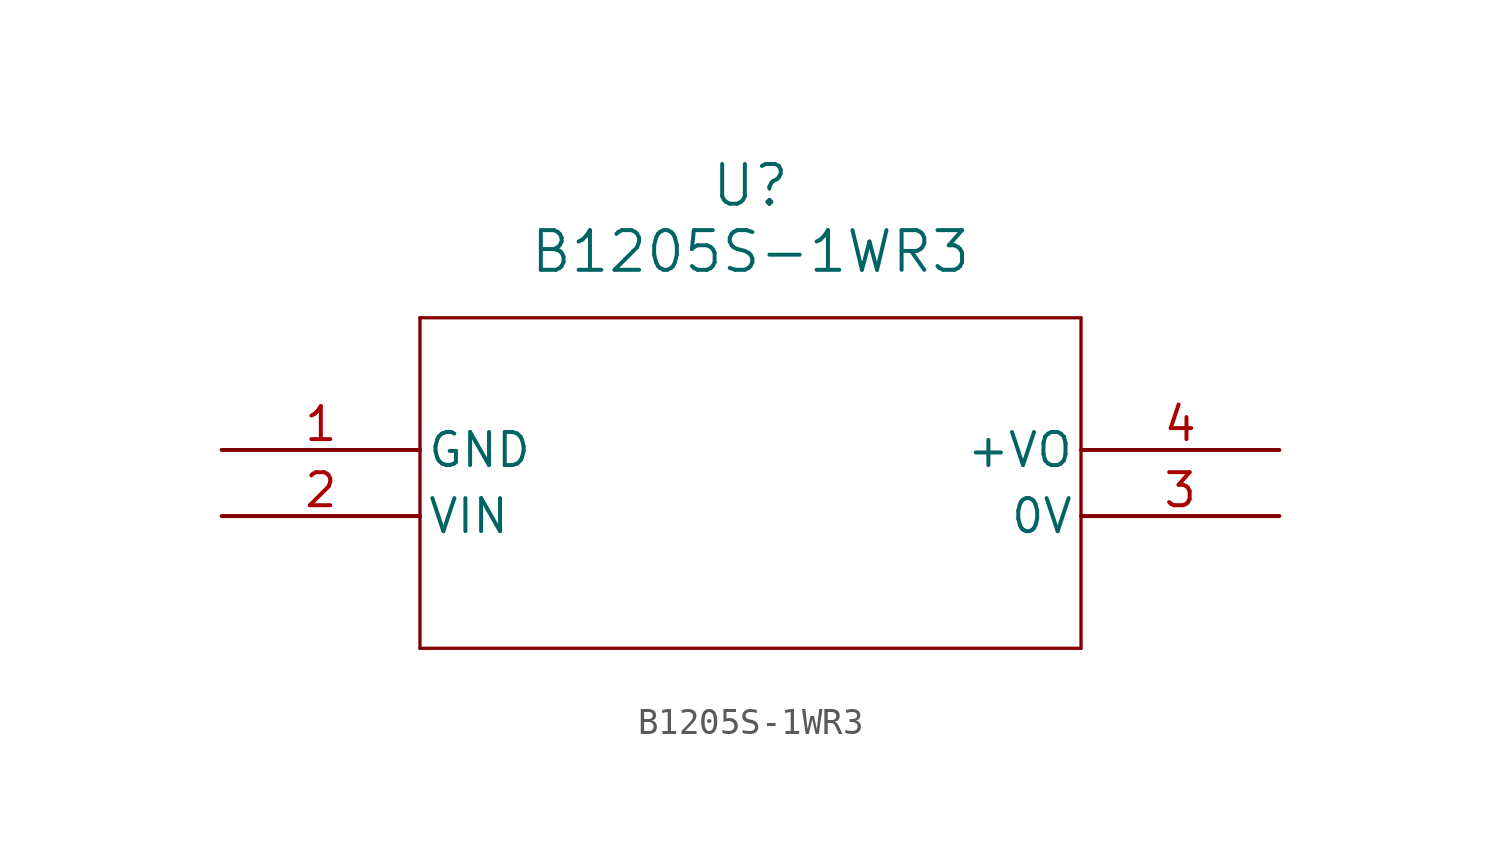
<source format=kicad_sym>
(kicad_symbol_lib
  (version 20211014)
  (generator kicad_symbol_editor)
  (symbol "B1205S-1WR3"
    (pin_names
      (offset 0.254))
    (property "Reference" "U"
      (at 20.32 10.16 0)
      (effects (font (size 1.524 1.524))))
    (property "Value" "B1205S-1WR3"
      (at 20.32 7.62 0)
      (effects (font (size 1.524 1.524))))
    (symbol "B1205S-1WR3_0_1"
      (polyline (pts (xy 7.62 5.08) (xy 7.62 -7.62)) (stroke (width 0.127) (type default) (color 0 0 0 0)) (fill (type none)))
      (polyline (pts (xy 7.62 -7.62) (xy 33.02 -7.62)) (stroke (width 0.127) (type default) (color 0 0 0 0)) (fill (type none)))
      (polyline (pts (xy 33.02 -7.62) (xy 33.02 5.08)) (stroke (width 0.127) (type default) (color 0 0 0 0)) (fill (type none)))
      (polyline (pts (xy 33.02 5.08) (xy 7.62 5.08)) (stroke (width 0.127) (type default) (color 0 0 0 0)) (fill (type none)))
      (pin power_out line (at 0 0 0) (length 7.62) (name "GND" (effects (font (size 1.27 1.27)))) (number "1" (effects (font (size 1.27 1.27)))))
      (pin power_in line (at 0 -2.54 0) (length 7.62) (name "VIN" (effects (font (size 1.27 1.27)))) (number "2" (effects (font (size 1.27 1.27)))))
      (pin unspecified line (at 40.64 -2.54 180) (length 7.62) (name "0V" (effects (font (size 1.27 1.27)))) (number "3" (effects (font (size 1.27 1.27)))))
      (pin power_in line (at 40.64 0 180) (length 7.62) (name "+VO" (effects (font (size 1.27 1.27)))) (number "4" (effects (font (size 1.27 1.27))))))))
</source>
